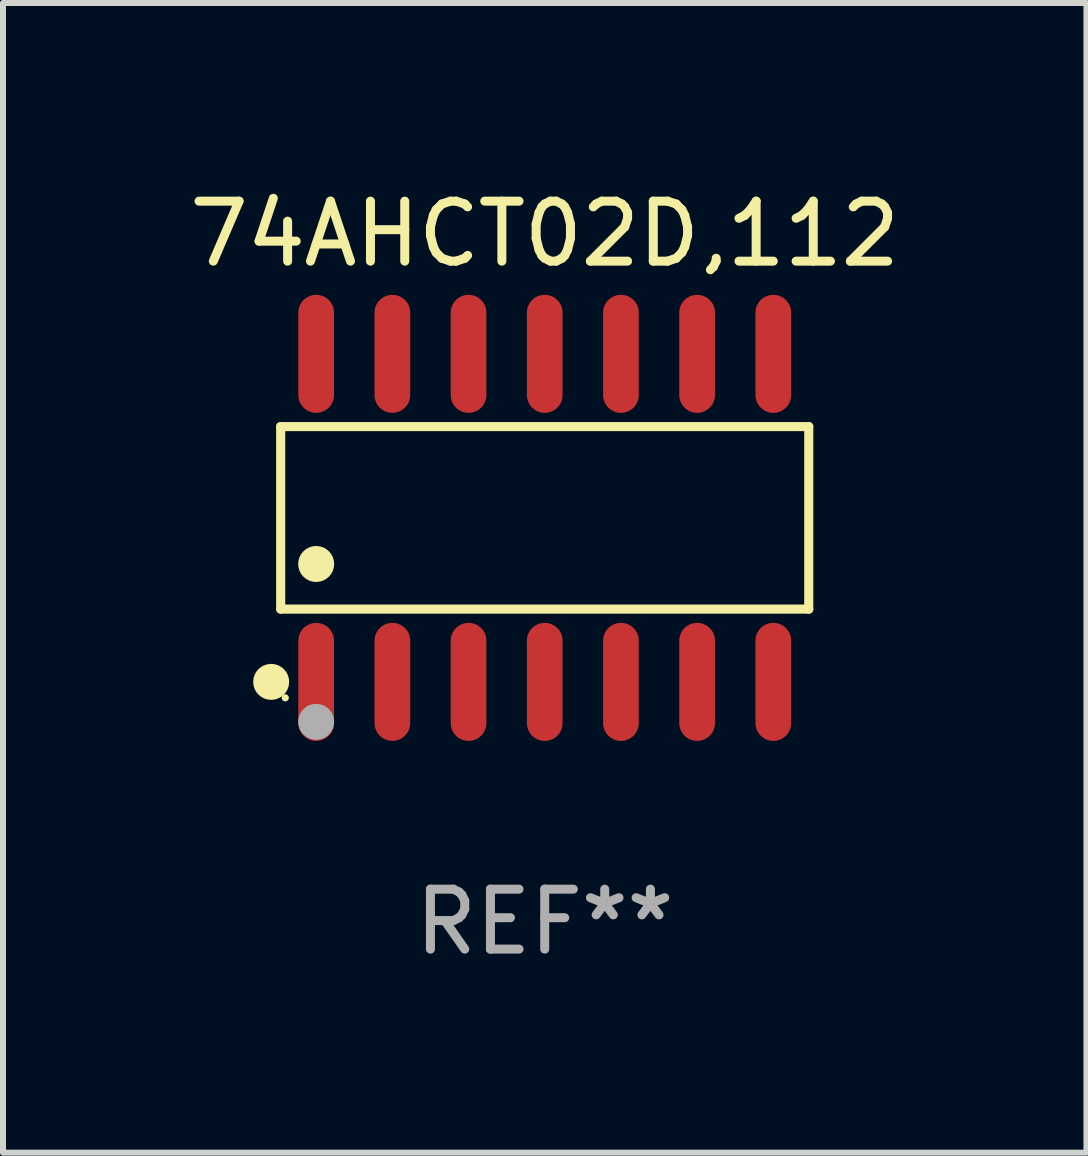
<source format=kicad_pcb>
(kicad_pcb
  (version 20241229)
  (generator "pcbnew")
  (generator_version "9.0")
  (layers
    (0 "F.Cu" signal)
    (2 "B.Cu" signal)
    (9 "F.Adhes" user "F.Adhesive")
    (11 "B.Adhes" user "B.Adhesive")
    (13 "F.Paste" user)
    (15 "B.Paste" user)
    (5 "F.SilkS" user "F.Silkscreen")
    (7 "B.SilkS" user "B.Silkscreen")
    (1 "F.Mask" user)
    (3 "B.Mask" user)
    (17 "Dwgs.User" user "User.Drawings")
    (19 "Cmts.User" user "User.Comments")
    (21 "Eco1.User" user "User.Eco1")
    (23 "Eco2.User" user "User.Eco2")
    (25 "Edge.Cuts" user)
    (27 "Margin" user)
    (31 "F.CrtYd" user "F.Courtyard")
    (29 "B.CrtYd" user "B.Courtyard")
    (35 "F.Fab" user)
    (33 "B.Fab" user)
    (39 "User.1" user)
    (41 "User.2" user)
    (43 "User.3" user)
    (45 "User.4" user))
  (footprint "74AHCT02D,112"
    (layer "F.Cu")
    (at 6.03 5.582)
    (property "Reference" "74AHCT02D,112" (at 0 -4.734 0) (layer "F.SilkS") (effects (font (size 1 1) (thickness 0.15))))
    (attr through_hole)
    (fp_line (start -4.401 -1.521) (end 4.401 -1.521) (stroke (width 0.152) (type solid)) (layer "F.SilkS"))
    (fp_line (start -4.401 1.521) (end -4.401 -1.521) (stroke (width 0.152) (type solid)) (layer "F.SilkS"))
    (fp_line (start 4.401 -1.521) (end 4.401 1.521) (stroke (width 0.152) (type solid)) (layer "F.SilkS"))
    (fp_line (start 4.401 1.521) (end -4.401 1.521) (stroke (width 0.152) (type solid)) (layer "F.SilkS"))
    (fp_circle (center -4.56 2.734) (end -4.41 2.734) (stroke (width 0.3) (type solid)) (fill no) (layer "F.SilkS"))
    (fp_circle (center -4.325 3) (end -4.295 3) (stroke (width 0.06) (type solid)) (fill no) (layer "F.SilkS"))
    (fp_circle (center -3.81 0.769) (end -3.66 0.769) (stroke (width 0.3) (type solid)) (fill no) (layer "F.SilkS"))
    (fp_circle (center -3.81 3.4) (end -3.66 3.4) (stroke (width 0.3) (type solid)) (fill no) (layer "F.Fab"))
    (fp_text user "REF**" (at 0 6.734 0) (layer "F.Fab") (effects (font (size 1 1) (thickness 0.15))))
    (pad "1" smd oval (at -3.81 2.734) (size 0.595 1.968) (layers "F.Cu" "F.Mask" "F.Paste"))
    (pad "2" smd oval (at -2.54 2.734) (size 0.595 1.968) (layers "F.Cu" "F.Mask" "F.Paste"))
    (pad "3" smd oval (at -1.27 2.734) (size 0.595 1.968) (layers "F.Cu" "F.Mask" "F.Paste"))
    (pad "4" smd oval (at 0 2.734) (size 0.595 1.968) (layers "F.Cu" "F.Mask" "F.Paste"))
    (pad "5" smd oval (at 1.27 2.734) (size 0.595 1.968) (layers "F.Cu" "F.Mask" "F.Paste"))
    (pad "6" smd oval (at 2.54 2.734) (size 0.595 1.968) (layers "F.Cu" "F.Mask" "F.Paste"))
    (pad "7" smd oval (at 3.81 2.734) (size 0.595 1.968) (layers "F.Cu" "F.Mask" "F.Paste"))
    (pad "8" smd oval (at 3.81 -2.734) (size 0.595 1.968) (layers "F.Cu" "F.Mask" "F.Paste"))
    (pad "9" smd oval (at 2.54 -2.734) (size 0.595 1.968) (layers "F.Cu" "F.Mask" "F.Paste"))
    (pad "10" smd oval (at 1.27 -2.734) (size 0.595 1.968) (layers "F.Cu" "F.Mask" "F.Paste"))
    (pad "11" smd oval (at 0 -2.734) (size 0.595 1.968) (layers "F.Cu" "F.Mask" "F.Paste"))
    (pad "12" smd oval (at -1.27 -2.734) (size 0.595 1.968) (layers "F.Cu" "F.Mask" "F.Paste"))
    (pad "13" smd oval (at -2.54 -2.734) (size 0.595 1.968) (layers "F.Cu" "F.Mask" "F.Paste"))
    (pad "14" smd oval (at -3.81 -2.734) (size 0.595 1.968) (layers "F.Cu" "F.Mask" "F.Paste")))
  (gr_rect
    (start -3 -3)
    (end 15.06 16.164)
    (stroke (width 0.1) (type default))
    (fill no)
    (layer "Edge.Cuts")))
</source>
